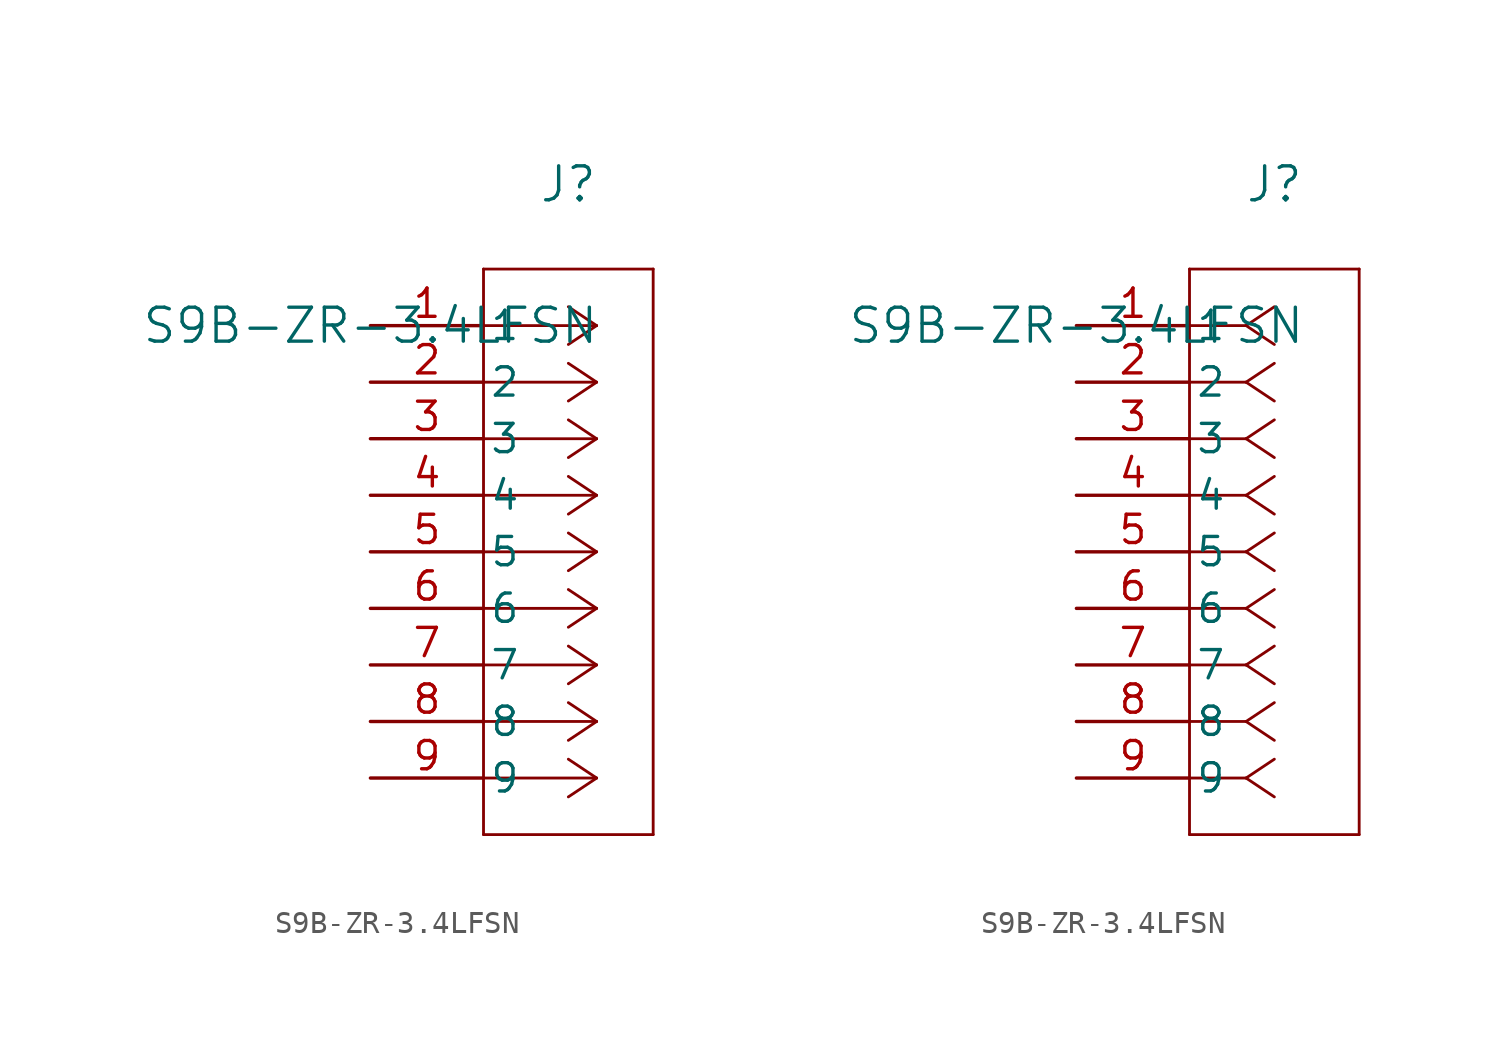
<source format=kicad_sym>
(kicad_symbol_lib
  (version 20211014)
  (generator kicad_symbol_editor)
  (symbol "S9B-ZR-3.4LFSN"
    (pin_names
      (offset 0.254))
    (property "Reference" "J"
      (at 8.89 6.35 0)
      (effects (font (size 1.524 1.524))))
    (property "Value" "S9B-ZR-3.4LFSN"
      (at 0 0 0)
      (effects (font (size 1.524 1.524))))
    (symbol "S9B-ZR-3.4LFSN_1_1"
      (polyline (pts (xy 10.16 0) (xy 5.08 0)) (stroke (width 0.127) (type default) (color 0 0 0 0)) (fill (type none)))
      (polyline (pts (xy 10.16 -2.54) (xy 5.08 -2.54)) (stroke (width 0.127) (type default) (color 0 0 0 0)) (fill (type none)))
      (polyline (pts (xy 10.16 -5.08) (xy 5.08 -5.08)) (stroke (width 0.127) (type default) (color 0 0 0 0)) (fill (type none)))
      (polyline (pts (xy 10.16 -7.62) (xy 5.08 -7.62)) (stroke (width 0.127) (type default) (color 0 0 0 0)) (fill (type none)))
      (polyline (pts (xy 10.16 -10.16) (xy 5.08 -10.16)) (stroke (width 0.127) (type default) (color 0 0 0 0)) (fill (type none)))
      (polyline (pts (xy 10.16 -12.7) (xy 5.08 -12.7)) (stroke (width 0.127) (type default) (color 0 0 0 0)) (fill (type none)))
      (polyline (pts (xy 10.16 -15.24) (xy 5.08 -15.24)) (stroke (width 0.127) (type default) (color 0 0 0 0)) (fill (type none)))
      (polyline (pts (xy 10.16 -17.78) (xy 5.08 -17.78)) (stroke (width 0.127) (type default) (color 0 0 0 0)) (fill (type none)))
      (polyline (pts (xy 10.16 -20.32) (xy 5.08 -20.32)) (stroke (width 0.127) (type default) (color 0 0 0 0)) (fill (type none)))
      (polyline (pts (xy 10.16 0) (xy 8.89 0.847)) (stroke (width 0.127) (type default) (color 0 0 0 0)) (fill (type none)))
      (polyline (pts (xy 10.16 -2.54) (xy 8.89 -1.693)) (stroke (width 0.127) (type default) (color 0 0 0 0)) (fill (type none)))
      (polyline (pts (xy 10.16 -5.08) (xy 8.89 -4.233)) (stroke (width 0.127) (type default) (color 0 0 0 0)) (fill (type none)))
      (polyline (pts (xy 10.16 -7.62) (xy 8.89 -6.773)) (stroke (width 0.127) (type default) (color 0 0 0 0)) (fill (type none)))
      (polyline (pts (xy 10.16 -10.16) (xy 8.89 -9.313)) (stroke (width 0.127) (type default) (color 0 0 0 0)) (fill (type none)))
      (polyline (pts (xy 10.16 -12.7) (xy 8.89 -11.853)) (stroke (width 0.127) (type default) (color 0 0 0 0)) (fill (type none)))
      (polyline (pts (xy 10.16 -15.24) (xy 8.89 -14.393)) (stroke (width 0.127) (type default) (color 0 0 0 0)) (fill (type none)))
      (polyline (pts (xy 10.16 -17.78) (xy 8.89 -16.933)) (stroke (width 0.127) (type default) (color 0 0 0 0)) (fill (type none)))
      (polyline (pts (xy 10.16 -20.32) (xy 8.89 -19.473)) (stroke (width 0.127) (type default) (color 0 0 0 0)) (fill (type none)))
      (polyline (pts (xy 10.16 0) (xy 8.89 -0.847)) (stroke (width 0.127) (type default) (color 0 0 0 0)) (fill (type none)))
      (polyline (pts (xy 10.16 -2.54) (xy 8.89 -3.387)) (stroke (width 0.127) (type default) (color 0 0 0 0)) (fill (type none)))
      (polyline (pts (xy 10.16 -5.08) (xy 8.89 -5.927)) (stroke (width 0.127) (type default) (color 0 0 0 0)) (fill (type none)))
      (polyline (pts (xy 10.16 -7.62) (xy 8.89 -8.467)) (stroke (width 0.127) (type default) (color 0 0 0 0)) (fill (type none)))
      (polyline (pts (xy 10.16 -10.16) (xy 8.89 -11.007)) (stroke (width 0.127) (type default) (color 0 0 0 0)) (fill (type none)))
      (polyline (pts (xy 10.16 -12.7) (xy 8.89 -13.547)) (stroke (width 0.127) (type default) (color 0 0 0 0)) (fill (type none)))
      (polyline (pts (xy 10.16 -15.24) (xy 8.89 -16.087)) (stroke (width 0.127) (type default) (color 0 0 0 0)) (fill (type none)))
      (polyline (pts (xy 10.16 -17.78) (xy 8.89 -18.627)) (stroke (width 0.127) (type default) (color 0 0 0 0)) (fill (type none)))
      (polyline (pts (xy 10.16 -20.32) (xy 8.89 -21.167)) (stroke (width 0.127) (type default) (color 0 0 0 0)) (fill (type none)))
      (polyline (pts (xy 5.08 2.54) (xy 5.08 -22.86)) (stroke (width 0.127) (type default) (color 0 0 0 0)) (fill (type none)))
      (polyline (pts (xy 5.08 -22.86) (xy 12.7 -22.86)) (stroke (width 0.127) (type default) (color 0 0 0 0)) (fill (type none)))
      (polyline (pts (xy 12.7 -22.86) (xy 12.7 2.54)) (stroke (width 0.127) (type default) (color 0 0 0 0)) (fill (type none)))
      (polyline (pts (xy 12.7 2.54) (xy 5.08 2.54)) (stroke (width 0.127) (type default) (color 0 0 0 0)) (fill (type none)))
      (pin unspecified line (at 0 0 0) (length 5.08) (name "1" (effects (font (size 1.27 1.27)))) (number "1" (effects (font (size 1.27 1.27)))))
      (pin unspecified line (at 0 -2.54 0) (length 5.08) (name "2" (effects (font (size 1.27 1.27)))) (number "2" (effects (font (size 1.27 1.27)))))
      (pin unspecified line (at 0 -5.08 0) (length 5.08) (name "3" (effects (font (size 1.27 1.27)))) (number "3" (effects (font (size 1.27 1.27)))))
      (pin unspecified line (at 0 -7.62 0) (length 5.08) (name "4" (effects (font (size 1.27 1.27)))) (number "4" (effects (font (size 1.27 1.27)))))
      (pin unspecified line (at 0 -10.16 0) (length 5.08) (name "5" (effects (font (size 1.27 1.27)))) (number "5" (effects (font (size 1.27 1.27)))))
      (pin unspecified line (at 0 -12.7 0) (length 5.08) (name "6" (effects (font (size 1.27 1.27)))) (number "6" (effects (font (size 1.27 1.27)))))
      (pin unspecified line (at 0 -15.24 0) (length 5.08) (name "7" (effects (font (size 1.27 1.27)))) (number "7" (effects (font (size 1.27 1.27)))))
      (pin unspecified line (at 0 -17.78 0) (length 5.08) (name "8" (effects (font (size 1.27 1.27)))) (number "8" (effects (font (size 1.27 1.27)))))
      (pin unspecified line (at 0 -20.32 0) (length 5.08) (name "9" (effects (font (size 1.27 1.27)))) (number "9" (effects (font (size 1.27 1.27))))))
    (symbol "S9B-ZR-3.4LFSN_1_2"
      (polyline (pts (xy 7.62 0) (xy 5.08 0)) (stroke (width 0.127) (type default) (color 0 0 0 0)) (fill (type none)))
      (polyline (pts (xy 7.62 -2.54) (xy 5.08 -2.54)) (stroke (width 0.127) (type default) (color 0 0 0 0)) (fill (type none)))
      (polyline (pts (xy 7.62 -5.08) (xy 5.08 -5.08)) (stroke (width 0.127) (type default) (color 0 0 0 0)) (fill (type none)))
      (polyline (pts (xy 7.62 -7.62) (xy 5.08 -7.62)) (stroke (width 0.127) (type default) (color 0 0 0 0)) (fill (type none)))
      (polyline (pts (xy 7.62 -10.16) (xy 5.08 -10.16)) (stroke (width 0.127) (type default) (color 0 0 0 0)) (fill (type none)))
      (polyline (pts (xy 7.62 -12.7) (xy 5.08 -12.7)) (stroke (width 0.127) (type default) (color 0 0 0 0)) (fill (type none)))
      (polyline (pts (xy 7.62 -15.24) (xy 5.08 -15.24)) (stroke (width 0.127) (type default) (color 0 0 0 0)) (fill (type none)))
      (polyline (pts (xy 7.62 -17.78) (xy 5.08 -17.78)) (stroke (width 0.127) (type default) (color 0 0 0 0)) (fill (type none)))
      (polyline (pts (xy 7.62 -20.32) (xy 5.08 -20.32)) (stroke (width 0.127) (type default) (color 0 0 0 0)) (fill (type none)))
      (polyline (pts (xy 7.62 0) (xy 8.89 0.847)) (stroke (width 0.127) (type default) (color 0 0 0 0)) (fill (type none)))
      (polyline (pts (xy 7.62 -2.54) (xy 8.89 -1.693)) (stroke (width 0.127) (type default) (color 0 0 0 0)) (fill (type none)))
      (polyline (pts (xy 7.62 -5.08) (xy 8.89 -4.233)) (stroke (width 0.127) (type default) (color 0 0 0 0)) (fill (type none)))
      (polyline (pts (xy 7.62 -7.62) (xy 8.89 -6.773)) (stroke (width 0.127) (type default) (color 0 0 0 0)) (fill (type none)))
      (polyline (pts (xy 7.62 -10.16) (xy 8.89 -9.313)) (stroke (width 0.127) (type default) (color 0 0 0 0)) (fill (type none)))
      (polyline (pts (xy 7.62 -12.7) (xy 8.89 -11.853)) (stroke (width 0.127) (type default) (color 0 0 0 0)) (fill (type none)))
      (polyline (pts (xy 7.62 -15.24) (xy 8.89 -14.393)) (stroke (width 0.127) (type default) (color 0 0 0 0)) (fill (type none)))
      (polyline (pts (xy 7.62 -17.78) (xy 8.89 -16.933)) (stroke (width 0.127) (type default) (color 0 0 0 0)) (fill (type none)))
      (polyline (pts (xy 7.62 -20.32) (xy 8.89 -19.473)) (stroke (width 0.127) (type default) (color 0 0 0 0)) (fill (type none)))
      (polyline (pts (xy 7.62 0) (xy 8.89 -0.847)) (stroke (width 0.127) (type default) (color 0 0 0 0)) (fill (type none)))
      (polyline (pts (xy 7.62 -2.54) (xy 8.89 -3.387)) (stroke (width 0.127) (type default) (color 0 0 0 0)) (fill (type none)))
      (polyline (pts (xy 7.62 -5.08) (xy 8.89 -5.927)) (stroke (width 0.127) (type default) (color 0 0 0 0)) (fill (type none)))
      (polyline (pts (xy 7.62 -7.62) (xy 8.89 -8.467)) (stroke (width 0.127) (type default) (color 0 0 0 0)) (fill (type none)))
      (polyline (pts (xy 7.62 -10.16) (xy 8.89 -11.007)) (stroke (width 0.127) (type default) (color 0 0 0 0)) (fill (type none)))
      (polyline (pts (xy 7.62 -12.7) (xy 8.89 -13.547)) (stroke (width 0.127) (type default) (color 0 0 0 0)) (fill (type none)))
      (polyline (pts (xy 7.62 -15.24) (xy 8.89 -16.087)) (stroke (width 0.127) (type default) (color 0 0 0 0)) (fill (type none)))
      (polyline (pts (xy 7.62 -17.78) (xy 8.89 -18.627)) (stroke (width 0.127) (type default) (color 0 0 0 0)) (fill (type none)))
      (polyline (pts (xy 7.62 -20.32) (xy 8.89 -21.167)) (stroke (width 0.127) (type default) (color 0 0 0 0)) (fill (type none)))
      (polyline (pts (xy 5.08 2.54) (xy 5.08 -22.86)) (stroke (width 0.127) (type default) (color 0 0 0 0)) (fill (type none)))
      (polyline (pts (xy 5.08 -22.86) (xy 12.7 -22.86)) (stroke (width 0.127) (type default) (color 0 0 0 0)) (fill (type none)))
      (polyline (pts (xy 12.7 -22.86) (xy 12.7 2.54)) (stroke (width 0.127) (type default) (color 0 0 0 0)) (fill (type none)))
      (polyline (pts (xy 12.7 2.54) (xy 5.08 2.54)) (stroke (width 0.127) (type default) (color 0 0 0 0)) (fill (type none)))
      (pin unspecified line (at 0 0 0) (length 5.08) (name "1" (effects (font (size 1.27 1.27)))) (number "1" (effects (font (size 1.27 1.27)))))
      (pin unspecified line (at 0 -2.54 0) (length 5.08) (name "2" (effects (font (size 1.27 1.27)))) (number "2" (effects (font (size 1.27 1.27)))))
      (pin unspecified line (at 0 -5.08 0) (length 5.08) (name "3" (effects (font (size 1.27 1.27)))) (number "3" (effects (font (size 1.27 1.27)))))
      (pin unspecified line (at 0 -7.62 0) (length 5.08) (name "4" (effects (font (size 1.27 1.27)))) (number "4" (effects (font (size 1.27 1.27)))))
      (pin unspecified line (at 0 -10.16 0) (length 5.08) (name "5" (effects (font (size 1.27 1.27)))) (number "5" (effects (font (size 1.27 1.27)))))
      (pin unspecified line (at 0 -12.7 0) (length 5.08) (name "6" (effects (font (size 1.27 1.27)))) (number "6" (effects (font (size 1.27 1.27)))))
      (pin unspecified line (at 0 -15.24 0) (length 5.08) (name "7" (effects (font (size 1.27 1.27)))) (number "7" (effects (font (size 1.27 1.27)))))
      (pin unspecified line (at 0 -17.78 0) (length 5.08) (name "8" (effects (font (size 1.27 1.27)))) (number "8" (effects (font (size 1.27 1.27)))))
      (pin unspecified line (at 0 -20.32 0) (length 5.08) (name "9" (effects (font (size 1.27 1.27)))) (number "9" (effects (font (size 1.27 1.27))))))))
</source>
